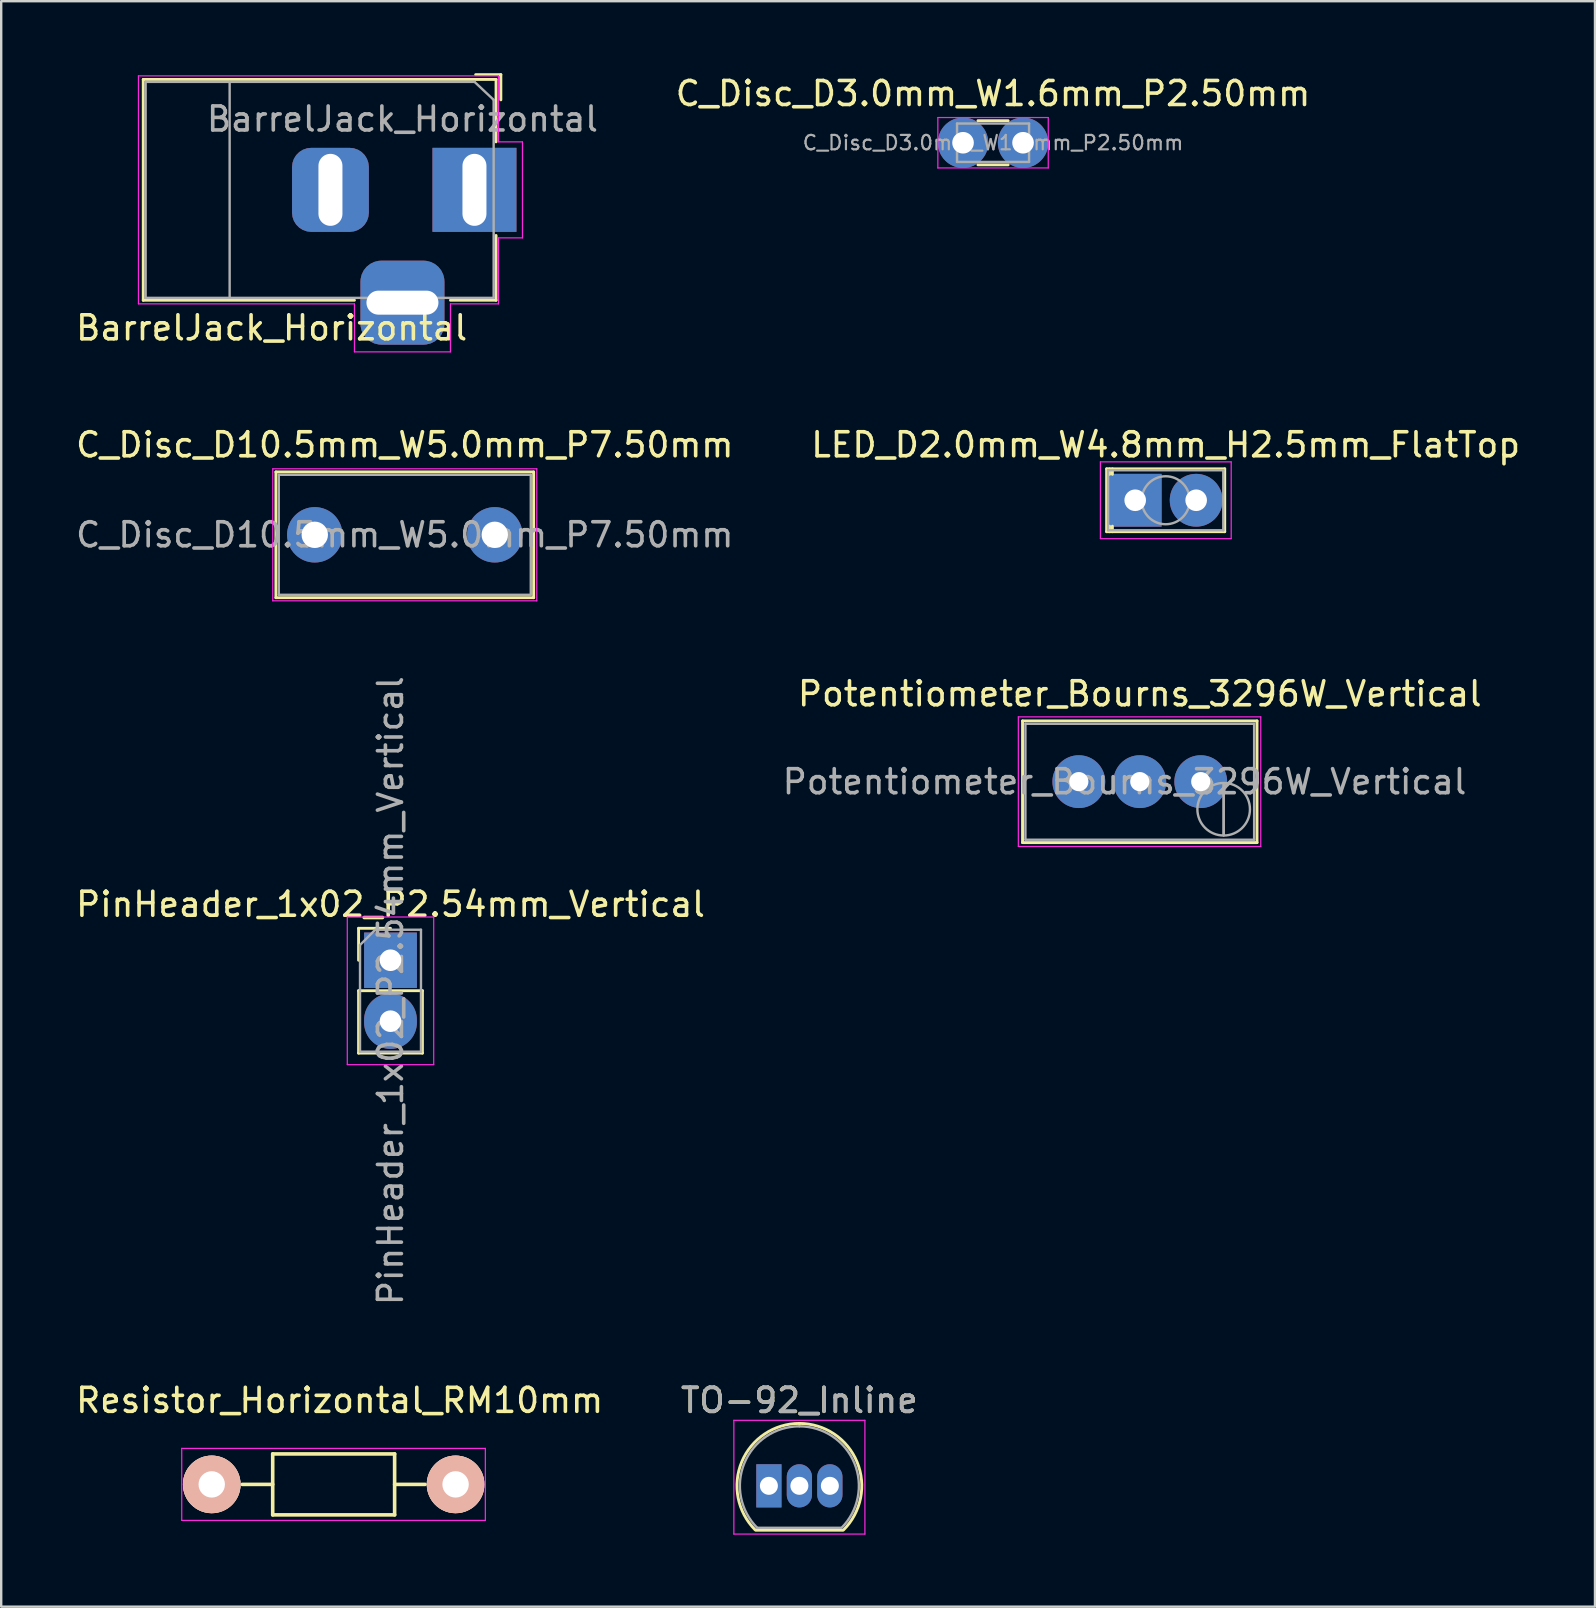
<source format=kicad_pcb>
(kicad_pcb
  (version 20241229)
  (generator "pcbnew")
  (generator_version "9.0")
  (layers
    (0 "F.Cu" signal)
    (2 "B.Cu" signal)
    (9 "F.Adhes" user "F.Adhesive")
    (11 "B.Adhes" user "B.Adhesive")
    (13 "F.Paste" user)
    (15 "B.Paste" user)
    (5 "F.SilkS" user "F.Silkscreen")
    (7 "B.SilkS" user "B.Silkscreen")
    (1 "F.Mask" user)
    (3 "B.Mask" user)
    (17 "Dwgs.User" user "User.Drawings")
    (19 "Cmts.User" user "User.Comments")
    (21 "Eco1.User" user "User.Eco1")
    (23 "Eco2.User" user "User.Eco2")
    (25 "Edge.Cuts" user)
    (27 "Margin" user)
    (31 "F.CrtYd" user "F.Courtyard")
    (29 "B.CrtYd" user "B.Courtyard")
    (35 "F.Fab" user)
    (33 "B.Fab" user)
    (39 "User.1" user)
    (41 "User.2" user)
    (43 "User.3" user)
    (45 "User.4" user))
  (footprint "BarrelJack_Horizontal"
    (layer "F.Cu")
    (at 16.718 4.86)
    (property "Reference" "BarrelJack_Horizontal" (at -8.45 5.75 0) (layer "F.SilkS") (effects (font (size 1 1) (thickness 0.15))))
    (attr through_hole)
    (fp_line (start -13.8 -4.6) (end 0.9 -4.6) (stroke (width 0.12) (type solid)) (layer "F.SilkS"))
    (fp_line (start -13.8 4.6) (end -13.8 -4.6) (stroke (width 0.12) (type solid)) (layer "F.SilkS"))
    (fp_line (start -5 4.6) (end -13.8 4.6) (stroke (width 0.12) (type solid)) (layer "F.SilkS"))
    (fp_line (start 0.05 -4.8) (end 1.1 -4.8) (stroke (width 0.12) (type solid)) (layer "F.SilkS"))
    (fp_line (start 0.9 -4.6) (end 0.9 -2) (stroke (width 0.12) (type solid)) (layer "F.SilkS"))
    (fp_line (start 0.9 1.9) (end 0.9 4.6) (stroke (width 0.12) (type solid)) (layer "F.SilkS"))
    (fp_line (start 0.9 4.6) (end -1 4.6) (stroke (width 0.12) (type solid)) (layer "F.SilkS"))
    (fp_line (start 1.1 -3.75) (end 1.1 -4.8) (stroke (width 0.12) (type solid)) (layer "F.SilkS"))
    (fp_line (start -14 4.75) (end -14 -4.75) (stroke (width 0.05) (type solid)) (layer "F.CrtYd"))
    (fp_line (start -5 4.75) (end -14 4.75) (stroke (width 0.05) (type solid)) (layer "F.CrtYd"))
    (fp_line (start -5 6.75) (end -5 4.75) (stroke (width 0.05) (type solid)) (layer "F.CrtYd"))
    (fp_line (start -1 4.75) (end -1 6.75) (stroke (width 0.05) (type solid)) (layer "F.CrtYd"))
    (fp_line (start -1 6.75) (end -5 6.75) (stroke (width 0.05) (type solid)) (layer "F.CrtYd"))
    (fp_line (start 1 -4.75) (end -14 -4.75) (stroke (width 0.05) (type solid)) (layer "F.CrtYd"))
    (fp_line (start 1 -4.5) (end 1 -4.75) (stroke (width 0.05) (type solid)) (layer "F.CrtYd"))
    (fp_line (start 1 -4.5) (end 1 -2) (stroke (width 0.05) (type solid)) (layer "F.CrtYd"))
    (fp_line (start 1 -2) (end 2 -2) (stroke (width 0.05) (type solid)) (layer "F.CrtYd"))
    (fp_line (start 1 2) (end 1 4.75) (stroke (width 0.05) (type solid)) (layer "F.CrtYd"))
    (fp_line (start 1 4.75) (end -1 4.75) (stroke (width 0.05) (type solid)) (layer "F.CrtYd"))
    (fp_line (start 2 -2) (end 2 2) (stroke (width 0.05) (type solid)) (layer "F.CrtYd"))
    (fp_line (start 2 2) (end 1 2) (stroke (width 0.05) (type solid)) (layer "F.CrtYd"))
    (fp_line (start -13.7 -4.5) (end -13.7 4.5) (stroke (width 0.1) (type solid)) (layer "F.Fab"))
    (fp_line (start -13.7 4.5) (end 0.8 4.5) (stroke (width 0.1) (type solid)) (layer "F.Fab"))
    (fp_line (start -10.2 -4.5) (end -10.2 4.5) (stroke (width 0.1) (type solid)) (layer "F.Fab"))
    (fp_line (start -0.003 -4.505) (end 0.8 -3.75) (stroke (width 0.1) (type solid)) (layer "F.Fab"))
    (fp_line (start 0 -4.5) (end -13.7 -4.5) (stroke (width 0.1) (type solid)) (layer "F.Fab"))
    (fp_line (start 0.8 4.5) (end 0.8 -3.75) (stroke (width 0.1) (type solid)) (layer "F.Fab"))
    (fp_text user "${REFERENCE}" (at -3 -2.95 0) (layer "F.Fab") (effects (font (size 1 1) (thickness 0.15))))
    (pad "1" thru_hole rect (at 0 0) (size 3.5 3.5) (drill oval 1 3) (layers "*.Cu" "*.Mask"))
    (pad "2" thru_hole roundrect (at -6 0) (size 3.2 3.5) (drill oval 1 3) (layers "*.Cu" "*.Mask") (roundrect_rratio 0.25))
    (pad "3" thru_hole roundrect (at -3 4.7) (size 3.5 3.5) (drill oval 3 1) (layers "*.Cu" "*.Mask") (roundrect_rratio 0.25)))
  (footprint "PinHeader_1x02_P2.54mm_Vertical"
    (layer "F.Cu")
    (at 13.22 36.958)
    (property "Reference" "PinHeader_1x02_P2.54mm_Vertical" (at 0 -2.33 0) (layer "F.SilkS") (effects (font (size 1 1) (thickness 0.15))))
    (attr through_hole)
    (fp_line (start -1.33 -1.33) (end 0 -1.33) (stroke (width 0.12) (type solid)) (layer "F.SilkS"))
    (fp_line (start -1.33 0) (end -1.33 -1.33) (stroke (width 0.12) (type solid)) (layer "F.SilkS"))
    (fp_line (start -1.33 1.27) (end -1.33 3.87) (stroke (width 0.12) (type solid)) (layer "F.SilkS"))
    (fp_line (start -1.33 1.27) (end 1.33 1.27) (stroke (width 0.12) (type solid)) (layer "F.SilkS"))
    (fp_line (start -1.33 3.87) (end 1.33 3.87) (stroke (width 0.12) (type solid)) (layer "F.SilkS"))
    (fp_line (start 1.33 1.27) (end 1.33 3.87) (stroke (width 0.12) (type solid)) (layer "F.SilkS"))
    (fp_line (start -1.8 -1.8) (end -1.8 4.35) (stroke (width 0.05) (type solid)) (layer "F.CrtYd"))
    (fp_line (start -1.8 4.35) (end 1.8 4.35) (stroke (width 0.05) (type solid)) (layer "F.CrtYd"))
    (fp_line (start 1.8 -1.8) (end -1.8 -1.8) (stroke (width 0.05) (type solid)) (layer "F.CrtYd"))
    (fp_line (start 1.8 4.35) (end 1.8 -1.8) (stroke (width 0.05) (type solid)) (layer "F.CrtYd"))
    (fp_line (start -1.27 -0.635) (end -0.635 -1.27) (stroke (width 0.1) (type solid)) (layer "F.Fab"))
    (fp_line (start -1.27 3.81) (end -1.27 -0.635) (stroke (width 0.1) (type solid)) (layer "F.Fab"))
    (fp_line (start -0.635 -1.27) (end 1.27 -1.27) (stroke (width 0.1) (type solid)) (layer "F.Fab"))
    (fp_line (start 1.27 -1.27) (end 1.27 3.81) (stroke (width 0.1) (type solid)) (layer "F.Fab"))
    (fp_line (start 1.27 3.81) (end -1.27 3.81) (stroke (width 0.1) (type solid)) (layer "F.Fab"))
    (fp_text user "${REFERENCE}" (at 0 1.27 90) (layer "F.Fab") (effects (font (size 1 1) (thickness 0.15))))
    (pad "1" thru_hole rect (at 0 0) (size 2.2 2.308) (drill 0.9) (layers "*.Cu" "*.Mask"))
    (pad "2" thru_hole oval (at 0 2.54) (size 2.2 2.308) (drill 0.9) (layers "*.Cu" "*.Mask")))
  (footprint "C_Disc_D10.5mm_W5.0mm_P7.50mm"
    (layer "F.Cu")
    (at 10.065 19.233)
    (property "Reference" "C_Disc_D10.5mm_W5.0mm_P7.50mm" (at 3.75 -3.75 0) (layer "F.SilkS") (effects (font (size 1 1) (thickness 0.15))))
    (attr through_hole)
    (fp_line (start -1.62 -2.62) (end -1.62 2.62) (stroke (width 0.12) (type solid)) (layer "F.SilkS"))
    (fp_line (start -1.62 -2.62) (end 9.12 -2.62) (stroke (width 0.12) (type solid)) (layer "F.SilkS"))
    (fp_line (start -1.62 2.62) (end 9.12 2.62) (stroke (width 0.12) (type solid)) (layer "F.SilkS"))
    (fp_line (start 9.12 -2.62) (end 9.12 2.62) (stroke (width 0.12) (type solid)) (layer "F.SilkS"))
    (fp_line (start -1.75 -2.75) (end -1.75 2.75) (stroke (width 0.05) (type solid)) (layer "F.CrtYd"))
    (fp_line (start -1.75 2.75) (end 9.25 2.75) (stroke (width 0.05) (type solid)) (layer "F.CrtYd"))
    (fp_line (start 9.25 -2.75) (end -1.75 -2.75) (stroke (width 0.05) (type solid)) (layer "F.CrtYd"))
    (fp_line (start 9.25 2.75) (end 9.25 -2.75) (stroke (width 0.05) (type solid)) (layer "F.CrtYd"))
    (fp_line (start -1.5 -2.5) (end -1.5 2.5) (stroke (width 0.1) (type solid)) (layer "F.Fab"))
    (fp_line (start -1.5 2.5) (end 9 2.5) (stroke (width 0.1) (type solid)) (layer "F.Fab"))
    (fp_line (start 9 -2.5) (end -1.5 -2.5) (stroke (width 0.1) (type solid)) (layer "F.Fab"))
    (fp_line (start 9 2.5) (end 9 -2.5) (stroke (width 0.1) (type solid)) (layer "F.Fab"))
    (fp_text user "${REFERENCE}" (at 3.75 0 0) (layer "F.Fab") (effects (font (size 1 1) (thickness 0.15))))
    (pad "1" thru_hole circle (at 0 0) (size 2.308 2.308) (drill 1.1) (layers "*.Cu" "*.Mask"))
    (pad "2" thru_hole circle (at 7.5 0) (size 2.308 2.308) (drill 1.1) (layers "*.Cu" "*.Mask")))
  (footprint "Resistor_Horizontal_RM10mm"
    (layer "F.Cu")
    (at 5.772 58.797)
    (property "Reference" "Resistor_Horizontal_RM10mm" (at 5.329 -3.5 0) (layer "F.SilkS") (effects (font (size 1 1) (thickness 0.15))))
    (attr through_hole)
    (fp_line (start 2.54 -1.27) (end 7.62 -1.27) (stroke (width 0.15) (type solid)) (layer "F.SilkS"))
    (fp_line (start 2.54 0) (end 1.27 0) (stroke (width 0.15) (type solid)) (layer "F.SilkS"))
    (fp_line (start 2.54 1.27) (end 2.54 -1.27) (stroke (width 0.15) (type solid)) (layer "F.SilkS"))
    (fp_line (start 7.62 -1.27) (end 7.62 1.27) (stroke (width 0.15) (type solid)) (layer "F.SilkS"))
    (fp_line (start 7.62 0) (end 8.89 0) (stroke (width 0.15) (type solid)) (layer "F.SilkS"))
    (fp_line (start 7.62 1.27) (end 2.54 1.27) (stroke (width 0.15) (type solid)) (layer "F.SilkS"))
    (fp_line (start -1.25 -1.5) (end 11.4 -1.5) (stroke (width 0.05) (type solid)) (layer "F.CrtYd"))
    (fp_line (start -1.25 1.5) (end -1.25 -1.5) (stroke (width 0.05) (type solid)) (layer "F.CrtYd"))
    (fp_line (start -1.25 1.5) (end 11.4 1.5) (stroke (width 0.05) (type solid)) (layer "F.CrtYd"))
    (fp_line (start 11.4 -1.5) (end 11.4 1.5) (stroke (width 0.05) (type solid)) (layer "F.CrtYd"))
    (pad "1" thru_hole circle (at 0 0) (size 2.4 2.4) (drill 1.1) (layers "*.Cu" "*.SilkS" "*.Mask"))
    (pad "2" thru_hole circle (at 10.16 0) (size 2.4 2.4) (drill 1.1) (layers "*.Cu" "*.SilkS" "*.Mask")))
  (footprint "Potentiometer_Bourns_3296W_Vertical"
    (layer "F.Cu")
    (at 46.979 29.517)
    (property "Reference" "Potentiometer_Bourns_3296W_Vertical" (at -2.54 -3.66 0) (layer "F.SilkS") (effects (font (size 1 1) (thickness 0.15))))
    (attr through_hole)
    (fp_line (start -7.425 -2.53) (end -7.425 2.54) (stroke (width 0.12) (type solid)) (layer "F.SilkS"))
    (fp_line (start -7.425 -2.53) (end 2.345 -2.53) (stroke (width 0.12) (type solid)) (layer "F.SilkS"))
    (fp_line (start -7.425 2.54) (end 2.345 2.54) (stroke (width 0.12) (type solid)) (layer "F.SilkS"))
    (fp_line (start 2.345 -2.53) (end 2.345 2.54) (stroke (width 0.12) (type solid)) (layer "F.SilkS"))
    (fp_line (start -7.6 -2.7) (end -7.6 2.7) (stroke (width 0.05) (type solid)) (layer "F.CrtYd"))
    (fp_line (start -7.6 2.7) (end 2.5 2.7) (stroke (width 0.05) (type solid)) (layer "F.CrtYd"))
    (fp_line (start 2.5 -2.7) (end -7.6 -2.7) (stroke (width 0.05) (type solid)) (layer "F.CrtYd"))
    (fp_line (start 2.5 2.7) (end 2.5 -2.7) (stroke (width 0.05) (type solid)) (layer "F.CrtYd"))
    (fp_line (start -7.305 -2.41) (end -7.305 2.42) (stroke (width 0.1) (type solid)) (layer "F.Fab"))
    (fp_line (start -7.305 2.42) (end 2.225 2.42) (stroke (width 0.1) (type solid)) (layer "F.Fab"))
    (fp_line (start 0.955 2.235) (end 0.956 0.066) (stroke (width 0.1) (type solid)) (layer "F.Fab"))
    (fp_line (start 0.955 2.235) (end 0.956 0.066) (stroke (width 0.1) (type solid)) (layer "F.Fab"))
    (fp_line (start 2.225 -2.41) (end -7.305 -2.41) (stroke (width 0.1) (type solid)) (layer "F.Fab"))
    (fp_line (start 2.225 2.42) (end 2.225 -2.41) (stroke (width 0.1) (type solid)) (layer "F.Fab"))
    (fp_circle (center 0.955 1.15) (end 2.05 1.15) (stroke (width 0.1) (type solid)) (fill no) (layer "F.Fab"))
    (fp_text user "${REFERENCE}" (at -3.175 0.005 0) (layer "F.Fab") (effects (font (size 1 1) (thickness 0.15))))
    (pad "1" thru_hole circle (at 0 0) (size 2.2 2.2) (drill 0.8) (layers "*.Cu" "*.Mask"))
    (pad "2" thru_hole circle (at -2.54 0) (size 2.2 2.2) (drill 0.8) (layers "*.Cu" "*.Mask"))
    (pad "3" thru_hole circle (at -5.08 0) (size 2.2 2.2) (drill 0.8) (layers "*.Cu" "*.Mask")))
  (footprint "C_Disc_D3.0mm_W1.6mm_P2.50mm"
    (layer "F.Cu")
    (at 37.075 2.898)
    (property "Reference" "C_Disc_D3.0mm_W1.6mm_P2.50mm" (at 1.25 -2.05 0) (layer "F.SilkS") (effects (font (size 1 1) (thickness 0.15))))
    (attr through_hole)
    (fp_line (start 0.621 -0.92) (end 1.879 -0.92) (stroke (width 0.12) (type solid)) (layer "F.SilkS"))
    (fp_line (start 0.621 0.92) (end 1.879 0.92) (stroke (width 0.12) (type solid)) (layer "F.SilkS"))
    (fp_line (start -1.05 -1.05) (end -1.05 1.05) (stroke (width 0.05) (type solid)) (layer "F.CrtYd"))
    (fp_line (start -1.05 1.05) (end 3.55 1.05) (stroke (width 0.05) (type solid)) (layer "F.CrtYd"))
    (fp_line (start 3.55 -1.05) (end -1.05 -1.05) (stroke (width 0.05) (type solid)) (layer "F.CrtYd"))
    (fp_line (start 3.55 1.05) (end 3.55 -1.05) (stroke (width 0.05) (type solid)) (layer "F.CrtYd"))
    (fp_line (start -0.25 -0.8) (end -0.25 0.8) (stroke (width 0.1) (type solid)) (layer "F.Fab"))
    (fp_line (start -0.25 0.8) (end 2.75 0.8) (stroke (width 0.1) (type solid)) (layer "F.Fab"))
    (fp_line (start 2.75 -0.8) (end -0.25 -0.8) (stroke (width 0.1) (type solid)) (layer "F.Fab"))
    (fp_line (start 2.75 0.8) (end 2.75 -0.8) (stroke (width 0.1) (type solid)) (layer "F.Fab"))
    (fp_text user "${REFERENCE}" (at 1.25 0 0) (layer "F.Fab") (effects (font (size 0.6 0.6) (thickness 0.09))))
    (pad "1" thru_hole circle (at 0 0) (size 2.1 2.1) (drill 0.9) (layers "*.Cu" "*.Mask"))
    (pad "2" thru_hole circle (at 2.5 0) (size 2.1 2.1) (drill 0.9) (layers "*.Cu" "*.Mask")))
  (footprint "TO-92_Inline"
    (layer "F.Cu")
    (at 28.986 58.857)
    (property "Reference" "TO-92_Inline" (at 1.27 -3.56 0) (layer "F.SilkS") (effects (font (size 1 1) (thickness 0.15))))
    (attr through_hole)
    (fp_line (start -0.53 1.85) (end 3.07 1.85) (stroke (width 0.12) (type solid)) (layer "F.SilkS"))
    (fp_arc (start -0.568478 1.838478) (mid -1.132087 -0.994977) (end 1.27 -2.6) (stroke (width 0.12) (type solid)) (layer "F.SilkS"))
    (fp_arc (start 1.27 -2.6) (mid 3.672087 -0.994977) (end 3.108478 1.838478) (stroke (width 0.12) (type solid)) (layer "F.SilkS"))
    (fp_line (start -1.46 -2.73) (end -1.46 2.01) (stroke (width 0.05) (type solid)) (layer "F.CrtYd"))
    (fp_line (start -1.46 -2.73) (end 4 -2.73) (stroke (width 0.05) (type solid)) (layer "F.CrtYd"))
    (fp_line (start 4 2.01) (end -1.46 2.01) (stroke (width 0.05) (type solid)) (layer "F.CrtYd"))
    (fp_line (start 4 2.01) (end 4 -2.73) (stroke (width 0.05) (type solid)) (layer "F.CrtYd"))
    (fp_line (start -0.5 1.75) (end 3 1.75) (stroke (width 0.1) (type solid)) (layer "F.Fab"))
    (fp_arc (start -0.483625 1.753625) (mid -1.021221 -0.949055) (end 1.27 -2.48) (stroke (width 0.1) (type solid)) (layer "F.Fab"))
    (fp_arc (start 1.27 -2.48) (mid 3.561221 -0.949055) (end 3.023625 1.753625) (stroke (width 0.1) (type solid)) (layer "F.Fab"))
    (fp_text user "${REFERENCE}" (at 1.27 -3.56 0) (layer "F.Fab") (effects (font (size 1 1) (thickness 0.15))))
    (pad "1" thru_hole rect (at 0 0) (size 1.05 1.8) (drill 0.75) (layers "*.Cu" "*.Mask"))
    (pad "2" thru_hole oval (at 1.27 0) (size 1.05 1.8) (drill 0.75) (layers "*.Cu" "*.Mask"))
    (pad "3" thru_hole oval (at 2.54 0) (size 1.05 1.8) (drill 0.75) (layers "*.Cu" "*.Mask")))
  (footprint "LED_D2.0mm_W4.8mm_H2.5mm_FlatTop"
    (layer "F.Cu")
    (at 44.248 17.793)
    (property "Reference" "LED_D2.0mm_W4.8mm_H2.5mm_FlatTop" (at 1.27 -2.31 0) (layer "F.SilkS") (effects (font (size 1 1) (thickness 0.15))))
    (attr through_hole)
    (fp_line (start -1.19 -1.31) (end -1.19 1.31) (stroke (width 0.12) (type solid)) (layer "F.SilkS"))
    (fp_line (start -1.19 -1.31) (end 3.73 -1.31) (stroke (width 0.12) (type solid)) (layer "F.SilkS"))
    (fp_line (start -1.19 1.31) (end 3.73 1.31) (stroke (width 0.12) (type solid)) (layer "F.SilkS"))
    (fp_line (start -1.07 -1.31) (end -1.07 -1.08) (stroke (width 0.12) (type solid)) (layer "F.SilkS"))
    (fp_line (start -1.07 1.08) (end -1.07 1.31) (stroke (width 0.12) (type solid)) (layer "F.SilkS"))
    (fp_line (start -0.95 -1.31) (end -0.95 -1.08) (stroke (width 0.12) (type solid)) (layer "F.SilkS"))
    (fp_line (start -0.95 1.08) (end -0.95 1.31) (stroke (width 0.12) (type solid)) (layer "F.SilkS"))
    (fp_line (start 3.73 -1.31) (end 3.73 1.31) (stroke (width 0.12) (type solid)) (layer "F.SilkS"))
    (fp_line (start -1.45 -1.6) (end -1.45 1.6) (stroke (width 0.05) (type solid)) (layer "F.CrtYd"))
    (fp_line (start -1.45 1.6) (end 4 1.6) (stroke (width 0.05) (type solid)) (layer "F.CrtYd"))
    (fp_line (start 4 -1.6) (end -1.45 -1.6) (stroke (width 0.05) (type solid)) (layer "F.CrtYd"))
    (fp_line (start 4 1.6) (end 4 -1.6) (stroke (width 0.05) (type solid)) (layer "F.CrtYd"))
    (fp_line (start -1.13 -1.25) (end -1.13 1.25) (stroke (width 0.1) (type solid)) (layer "F.Fab"))
    (fp_line (start -1.13 1.25) (end 3.67 1.25) (stroke (width 0.1) (type solid)) (layer "F.Fab"))
    (fp_line (start 3.67 -1.25) (end -1.13 -1.25) (stroke (width 0.1) (type solid)) (layer "F.Fab"))
    (fp_line (start 3.67 1.25) (end 3.67 -1.25) (stroke (width 0.1) (type solid)) (layer "F.Fab"))
    (fp_circle (center 1.27 0) (end 2.27 0) (stroke (width 0.1) (type solid)) (fill no) (layer "F.Fab"))
    (pad "1" thru_hole rect (at 0 0) (size 2.2 2.2) (drill 0.9) (layers "*.Cu" "*.Mask"))
    (pad "2" thru_hole circle (at 2.54 0) (size 2.2 2.2) (drill 0.9) (layers "*.Cu" "*.Mask")))
  (gr_rect
    (start -3 -3)
    (end 63.405 63.892)
    (stroke (width 0.1) (type default))
    (fill no)
    (layer "Edge.Cuts")))
</source>
